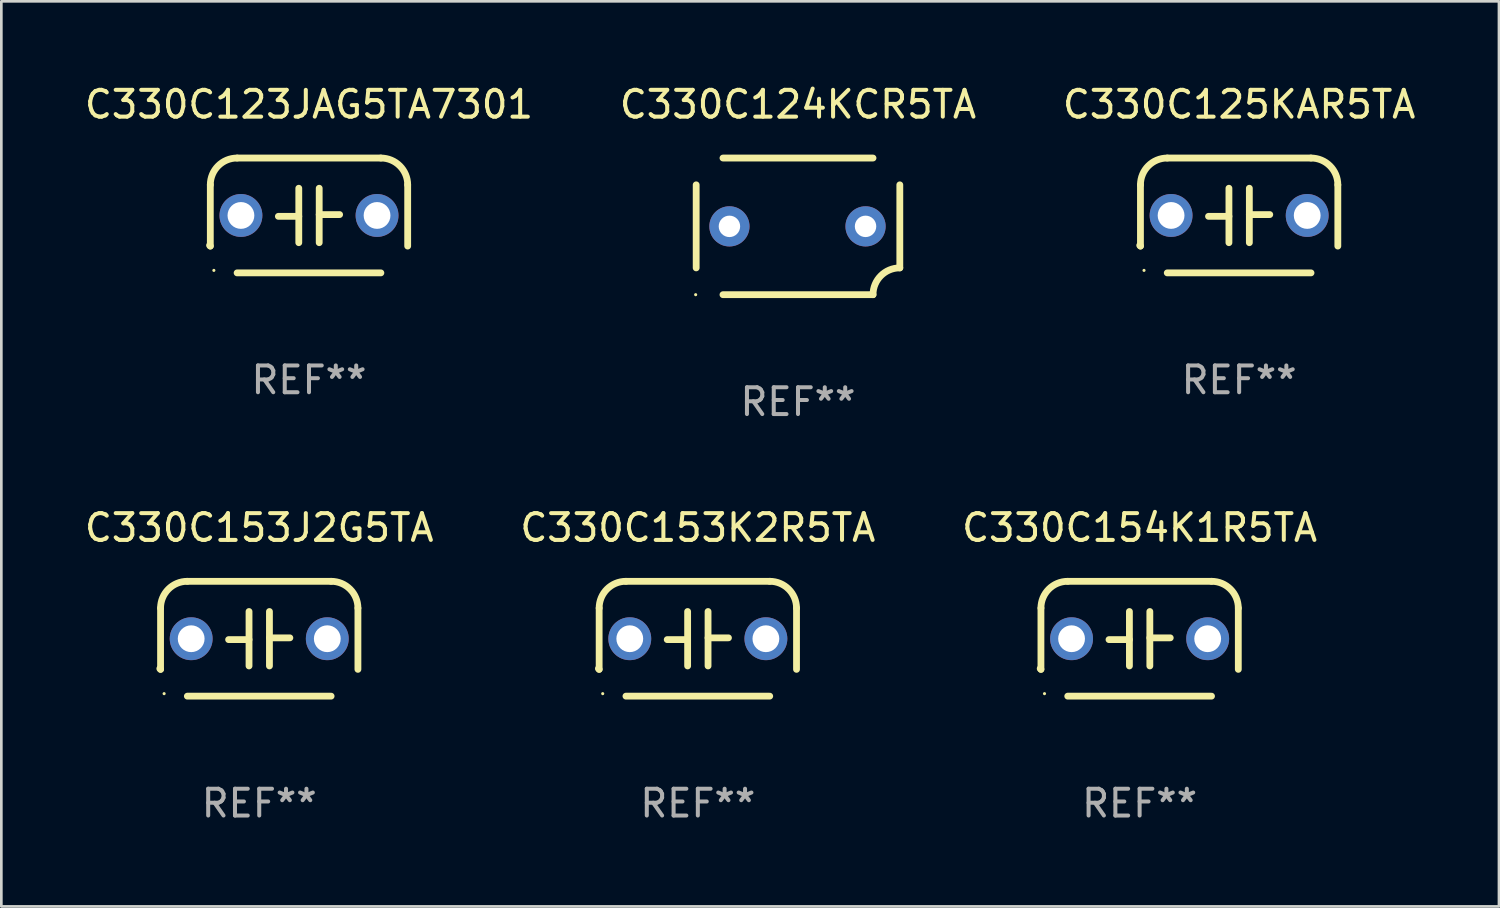
<source format=kicad_pcb>
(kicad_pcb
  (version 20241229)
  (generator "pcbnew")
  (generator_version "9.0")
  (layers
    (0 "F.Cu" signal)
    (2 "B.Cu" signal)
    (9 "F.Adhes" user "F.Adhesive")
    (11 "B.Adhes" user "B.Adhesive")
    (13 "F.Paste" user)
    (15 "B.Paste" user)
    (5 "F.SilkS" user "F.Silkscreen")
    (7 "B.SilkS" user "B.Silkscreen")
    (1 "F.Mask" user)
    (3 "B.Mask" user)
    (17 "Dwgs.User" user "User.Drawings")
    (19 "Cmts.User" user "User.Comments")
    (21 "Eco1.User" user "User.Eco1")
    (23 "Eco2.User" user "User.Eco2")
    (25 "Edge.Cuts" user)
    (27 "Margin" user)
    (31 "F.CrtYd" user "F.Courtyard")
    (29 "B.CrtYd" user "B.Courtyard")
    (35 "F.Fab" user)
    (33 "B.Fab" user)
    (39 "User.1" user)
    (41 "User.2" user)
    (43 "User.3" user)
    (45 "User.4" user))
  (footprint "C330C123JAG5TA7301"
    (layer "F.Cu")
    (at 8.482 4.991)
    (property "Reference" "C330C123JAG5TA7301" (at 0 -4.143 0) (layer "F.SilkS") (effects (font (size 1 1) (thickness 0.15))))
    (attr through_hole)
    (fp_line (start -3.683 -1.143) (end -3.683 1.143) (stroke (width 0.254) (type solid)) (layer "F.SilkS"))
    (fp_line (start -2.683 -2.143) (end 2.683 -2.143) (stroke (width 0.254) (type solid)) (layer "F.SilkS"))
    (fp_line (start -0.381 0.033) (end -1.143 0.033) (stroke (width 0.254) (type solid)) (layer "F.SilkS"))
    (fp_line (start -0.381 1.016) (end -0.381 -1.016) (stroke (width 0.254) (type solid)) (layer "F.SilkS"))
    (fp_line (start 0.381 -1.016) (end 0.381 1.016) (stroke (width 0.254) (type solid)) (layer "F.SilkS"))
    (fp_line (start 0.381 -0.033) (end 1.143 -0.033) (stroke (width 0.254) (type solid)) (layer "F.SilkS"))
    (fp_line (start 2.683 2.143) (end -2.683 2.143) (stroke (width 0.254) (type solid)) (layer "F.SilkS"))
    (fp_line (start 3.683 1.143) (end 3.683 -1.143) (stroke (width 0.254) (type solid)) (layer "F.SilkS"))
    (fp_arc (start -3.710292 1.115763) (mid -3.696656 1.129383) (end -3.68302 1.143002) (stroke (width 0.254001) (type solid)) (layer "F.SilkS"))
    (fp_arc (start -3.682994 -1.142977) (mid -3.390088 -1.850114) (end -2.682944 -2.143002) (stroke (width 0.254001) (type solid)) (layer "F.SilkS"))
    (fp_arc (start 2.682994 -2.143028) (mid 3.390106 -1.850122) (end 3.682995 -1.143002) (stroke (width 0.254001) (type solid)) (layer "F.SilkS"))
    (fp_circle (center -3.55 2.05) (end -3.52 2.05) (stroke (width 0.06) (type solid)) (fill no) (layer "F.SilkS"))
    (fp_text user "REF**" (at 0 6.143 0) (layer "F.Fab") (effects (font (size 1 1) (thickness 0.15))))
    (pad "1" thru_hole circle (at -2.54 0) (size 1.6 1.6) (drill 1) (layers "*.Cu" "*.Mask"))
    (pad "2" thru_hole circle (at 2.54 0) (size 1.6 1.6) (drill 1) (layers "*.Cu" "*.Mask")))
  (footprint "C330C124KCR5TA"
    (layer "F.Cu")
    (at 26.732 5.398)
    (property "Reference" "C330C124KCR5TA" (at 0 -4.55 0) (layer "F.SilkS") (effects (font (size 1 1) (thickness 0.15))))
    (attr through_hole)
    (fp_line (start -3.8 1.55) (end -3.8 -1.55) (stroke (width 0.254) (type solid)) (layer "F.SilkS"))
    (fp_line (start -2.8 -2.55) (end 2.8 -2.55) (stroke (width 0.254) (type solid)) (layer "F.SilkS"))
    (fp_line (start 2.8 2.55) (end -2.8 2.55) (stroke (width 0.254) (type solid)) (layer "F.SilkS"))
    (fp_line (start 3.8 -1.55) (end 3.8 1.55) (stroke (width 0.254) (type solid)) (layer "F.SilkS"))
    (fp_arc (start 2.800038 2.549975) (mid 3.092931 1.842868) (end 3.800038 1.549975) (stroke (width 0.254001) (type solid)) (layer "F.SilkS"))
    (fp_circle (center -3.819 2.55) (end -3.789 2.55) (stroke (width 0.06) (type solid)) (fill no) (layer "F.SilkS"))
    (fp_text user "REF**" (at 0 6.55 0) (layer "F.Fab") (effects (font (size 1 1) (thickness 0.15))))
    (pad "1" thru_hole circle (at -2.559 -0.000013) (size 1.5 1.5) (drill 0.8) (layers "*.Cu" "*.Mask"))
    (pad "2" thru_hole circle (at 2.521 -0.000013) (size 1.5 1.5) (drill 0.8) (layers "*.Cu" "*.Mask")))
  (footprint "C330C154K1R5TA"
    (layer "F.Cu")
    (at 39.482 20.788)
    (property "Reference" "C330C154K1R5TA" (at 0 -4.143 0) (layer "F.SilkS") (effects (font (size 1 1) (thickness 0.15))))
    (attr through_hole)
    (fp_line (start -3.683 -1.143) (end -3.683 1.143) (stroke (width 0.254) (type solid)) (layer "F.SilkS"))
    (fp_line (start -2.683 -2.143) (end 2.683 -2.143) (stroke (width 0.254) (type solid)) (layer "F.SilkS"))
    (fp_line (start -0.381 0.033) (end -1.143 0.033) (stroke (width 0.254) (type solid)) (layer "F.SilkS"))
    (fp_line (start -0.381 1.016) (end -0.381 -1.016) (stroke (width 0.254) (type solid)) (layer "F.SilkS"))
    (fp_line (start 0.381 -1.016) (end 0.381 1.016) (stroke (width 0.254) (type solid)) (layer "F.SilkS"))
    (fp_line (start 0.381 -0.033) (end 1.143 -0.033) (stroke (width 0.254) (type solid)) (layer "F.SilkS"))
    (fp_line (start 2.683 2.143) (end -2.683 2.143) (stroke (width 0.254) (type solid)) (layer "F.SilkS"))
    (fp_line (start 3.683 1.143) (end 3.683 -1.143) (stroke (width 0.254) (type solid)) (layer "F.SilkS"))
    (fp_arc (start -3.710292 1.115763) (mid -3.696656 1.129383) (end -3.68302 1.143002) (stroke (width 0.254001) (type solid)) (layer "F.SilkS"))
    (fp_arc (start -3.682994 -1.142977) (mid -3.390088 -1.850114) (end -2.682944 -2.143002) (stroke (width 0.254001) (type solid)) (layer "F.SilkS"))
    (fp_arc (start 2.682994 -2.143028) (mid 3.390106 -1.850122) (end 3.682995 -1.143002) (stroke (width 0.254001) (type solid)) (layer "F.SilkS"))
    (fp_circle (center -3.55 2.05) (end -3.52 2.05) (stroke (width 0.06) (type solid)) (fill no) (layer "F.SilkS"))
    (fp_text user "REF**" (at 0 6.143 0) (layer "F.Fab") (effects (font (size 1 1) (thickness 0.15))))
    (pad "1" thru_hole circle (at -2.54 0) (size 1.6 1.6) (drill 1) (layers "*.Cu" "*.Mask"))
    (pad "2" thru_hole circle (at 2.54 0) (size 1.6 1.6) (drill 1) (layers "*.Cu" "*.Mask")))
  (footprint "C330C153K2R5TA"
    (layer "F.Cu")
    (at 22.994 20.788)
    (property "Reference" "C330C153K2R5TA" (at 0 -4.143 0) (layer "F.SilkS") (effects (font (size 1 1) (thickness 0.15))))
    (attr through_hole)
    (fp_line (start -3.683 -1.143) (end -3.683 1.143) (stroke (width 0.254) (type solid)) (layer "F.SilkS"))
    (fp_line (start -2.683 -2.143) (end 2.683 -2.143) (stroke (width 0.254) (type solid)) (layer "F.SilkS"))
    (fp_line (start -0.381 0.033) (end -1.143 0.033) (stroke (width 0.254) (type solid)) (layer "F.SilkS"))
    (fp_line (start -0.381 1.016) (end -0.381 -1.016) (stroke (width 0.254) (type solid)) (layer "F.SilkS"))
    (fp_line (start 0.381 -1.016) (end 0.381 1.016) (stroke (width 0.254) (type solid)) (layer "F.SilkS"))
    (fp_line (start 0.381 -0.033) (end 1.143 -0.033) (stroke (width 0.254) (type solid)) (layer "F.SilkS"))
    (fp_line (start 2.683 2.143) (end -2.683 2.143) (stroke (width 0.254) (type solid)) (layer "F.SilkS"))
    (fp_line (start 3.683 1.143) (end 3.683 -1.143) (stroke (width 0.254) (type solid)) (layer "F.SilkS"))
    (fp_arc (start -3.710292 1.115763) (mid -3.696656 1.129383) (end -3.68302 1.143002) (stroke (width 0.254001) (type solid)) (layer "F.SilkS"))
    (fp_arc (start -3.682994 -1.142977) (mid -3.390088 -1.850114) (end -2.682944 -2.143002) (stroke (width 0.254001) (type solid)) (layer "F.SilkS"))
    (fp_arc (start 2.682994 -2.143028) (mid 3.390106 -1.850122) (end 3.682995 -1.143002) (stroke (width 0.254001) (type solid)) (layer "F.SilkS"))
    (fp_circle (center -3.55 2.05) (end -3.52 2.05) (stroke (width 0.06) (type solid)) (fill no) (layer "F.SilkS"))
    (fp_text user "REF**" (at 0 6.143 0) (layer "F.Fab") (effects (font (size 1 1) (thickness 0.15))))
    (pad "1" thru_hole circle (at -2.54 0) (size 1.6 1.6) (drill 1) (layers "*.Cu" "*.Mask"))
    (pad "2" thru_hole circle (at 2.54 0) (size 1.6 1.6) (drill 1) (layers "*.Cu" "*.Mask")))
  (footprint "C330C153J2G5TA"
    (layer "F.Cu")
    (at 6.625 20.788)
    (property "Reference" "C330C153J2G5TA" (at 0 -4.143 0) (layer "F.SilkS") (effects (font (size 1 1) (thickness 0.15))))
    (attr through_hole)
    (fp_line (start -3.683 -1.143) (end -3.683 1.143) (stroke (width 0.254) (type solid)) (layer "F.SilkS"))
    (fp_line (start -2.683 -2.143) (end 2.683 -2.143) (stroke (width 0.254) (type solid)) (layer "F.SilkS"))
    (fp_line (start -0.381 0.033) (end -1.143 0.033) (stroke (width 0.254) (type solid)) (layer "F.SilkS"))
    (fp_line (start -0.381 1.016) (end -0.381 -1.016) (stroke (width 0.254) (type solid)) (layer "F.SilkS"))
    (fp_line (start 0.381 -1.016) (end 0.381 1.016) (stroke (width 0.254) (type solid)) (layer "F.SilkS"))
    (fp_line (start 0.381 -0.033) (end 1.143 -0.033) (stroke (width 0.254) (type solid)) (layer "F.SilkS"))
    (fp_line (start 2.683 2.143) (end -2.683 2.143) (stroke (width 0.254) (type solid)) (layer "F.SilkS"))
    (fp_line (start 3.683 1.143) (end 3.683 -1.143) (stroke (width 0.254) (type solid)) (layer "F.SilkS"))
    (fp_arc (start -3.710292 1.115763) (mid -3.696656 1.129383) (end -3.68302 1.143002) (stroke (width 0.254001) (type solid)) (layer "F.SilkS"))
    (fp_arc (start -3.682994 -1.142977) (mid -3.390088 -1.850114) (end -2.682944 -2.143002) (stroke (width 0.254001) (type solid)) (layer "F.SilkS"))
    (fp_arc (start 2.682994 -2.143028) (mid 3.390106 -1.850122) (end 3.682995 -1.143002) (stroke (width 0.254001) (type solid)) (layer "F.SilkS"))
    (fp_circle (center -3.55 2.05) (end -3.52 2.05) (stroke (width 0.06) (type solid)) (fill no) (layer "F.SilkS"))
    (fp_text user "REF**" (at 0 6.143 0) (layer "F.Fab") (effects (font (size 1 1) (thickness 0.15))))
    (pad "1" thru_hole circle (at -2.54 0) (size 1.6 1.6) (drill 1) (layers "*.Cu" "*.Mask"))
    (pad "2" thru_hole circle (at 2.54 0) (size 1.6 1.6) (drill 1) (layers "*.Cu" "*.Mask")))
  (footprint "C330C125KAR5TA"
    (layer "F.Cu")
    (at 43.196 4.991)
    (property "Reference" "C330C125KAR5TA" (at 0 -4.143 0) (layer "F.SilkS") (effects (font (size 1 1) (thickness 0.15))))
    (attr through_hole)
    (fp_line (start -3.683 -1.143) (end -3.683 1.143) (stroke (width 0.254) (type solid)) (layer "F.SilkS"))
    (fp_line (start -2.683 -2.143) (end 2.683 -2.143) (stroke (width 0.254) (type solid)) (layer "F.SilkS"))
    (fp_line (start -0.381 0.033) (end -1.143 0.033) (stroke (width 0.254) (type solid)) (layer "F.SilkS"))
    (fp_line (start -0.381 1.016) (end -0.381 -1.016) (stroke (width 0.254) (type solid)) (layer "F.SilkS"))
    (fp_line (start 0.381 -1.016) (end 0.381 1.016) (stroke (width 0.254) (type solid)) (layer "F.SilkS"))
    (fp_line (start 0.381 -0.033) (end 1.143 -0.033) (stroke (width 0.254) (type solid)) (layer "F.SilkS"))
    (fp_line (start 2.683 2.143) (end -2.683 2.143) (stroke (width 0.254) (type solid)) (layer "F.SilkS"))
    (fp_line (start 3.683 1.143) (end 3.683 -1.143) (stroke (width 0.254) (type solid)) (layer "F.SilkS"))
    (fp_arc (start -3.710292 1.115763) (mid -3.696656 1.129383) (end -3.68302 1.143002) (stroke (width 0.254001) (type solid)) (layer "F.SilkS"))
    (fp_arc (start -3.682994 -1.142977) (mid -3.390088 -1.850114) (end -2.682944 -2.143002) (stroke (width 0.254001) (type solid)) (layer "F.SilkS"))
    (fp_arc (start 2.682994 -2.143028) (mid 3.390106 -1.850122) (end 3.682995 -1.143002) (stroke (width 0.254001) (type solid)) (layer "F.SilkS"))
    (fp_circle (center -3.55 2.05) (end -3.52 2.05) (stroke (width 0.06) (type solid)) (fill no) (layer "F.SilkS"))
    (fp_text user "REF**" (at 0 6.143 0) (layer "F.Fab") (effects (font (size 1 1) (thickness 0.15))))
    (pad "1" thru_hole circle (at -2.54 0) (size 1.6 1.6) (drill 1) (layers "*.Cu" "*.Mask"))
    (pad "2" thru_hole circle (at 2.54 0) (size 1.6 1.6) (drill 1) (layers "*.Cu" "*.Mask")))
  (gr_rect
    (start -3 -3)
    (end 52.893 30.779)
    (stroke (width 0.1) (type default))
    (fill no)
    (layer "Edge.Cuts")))
</source>
